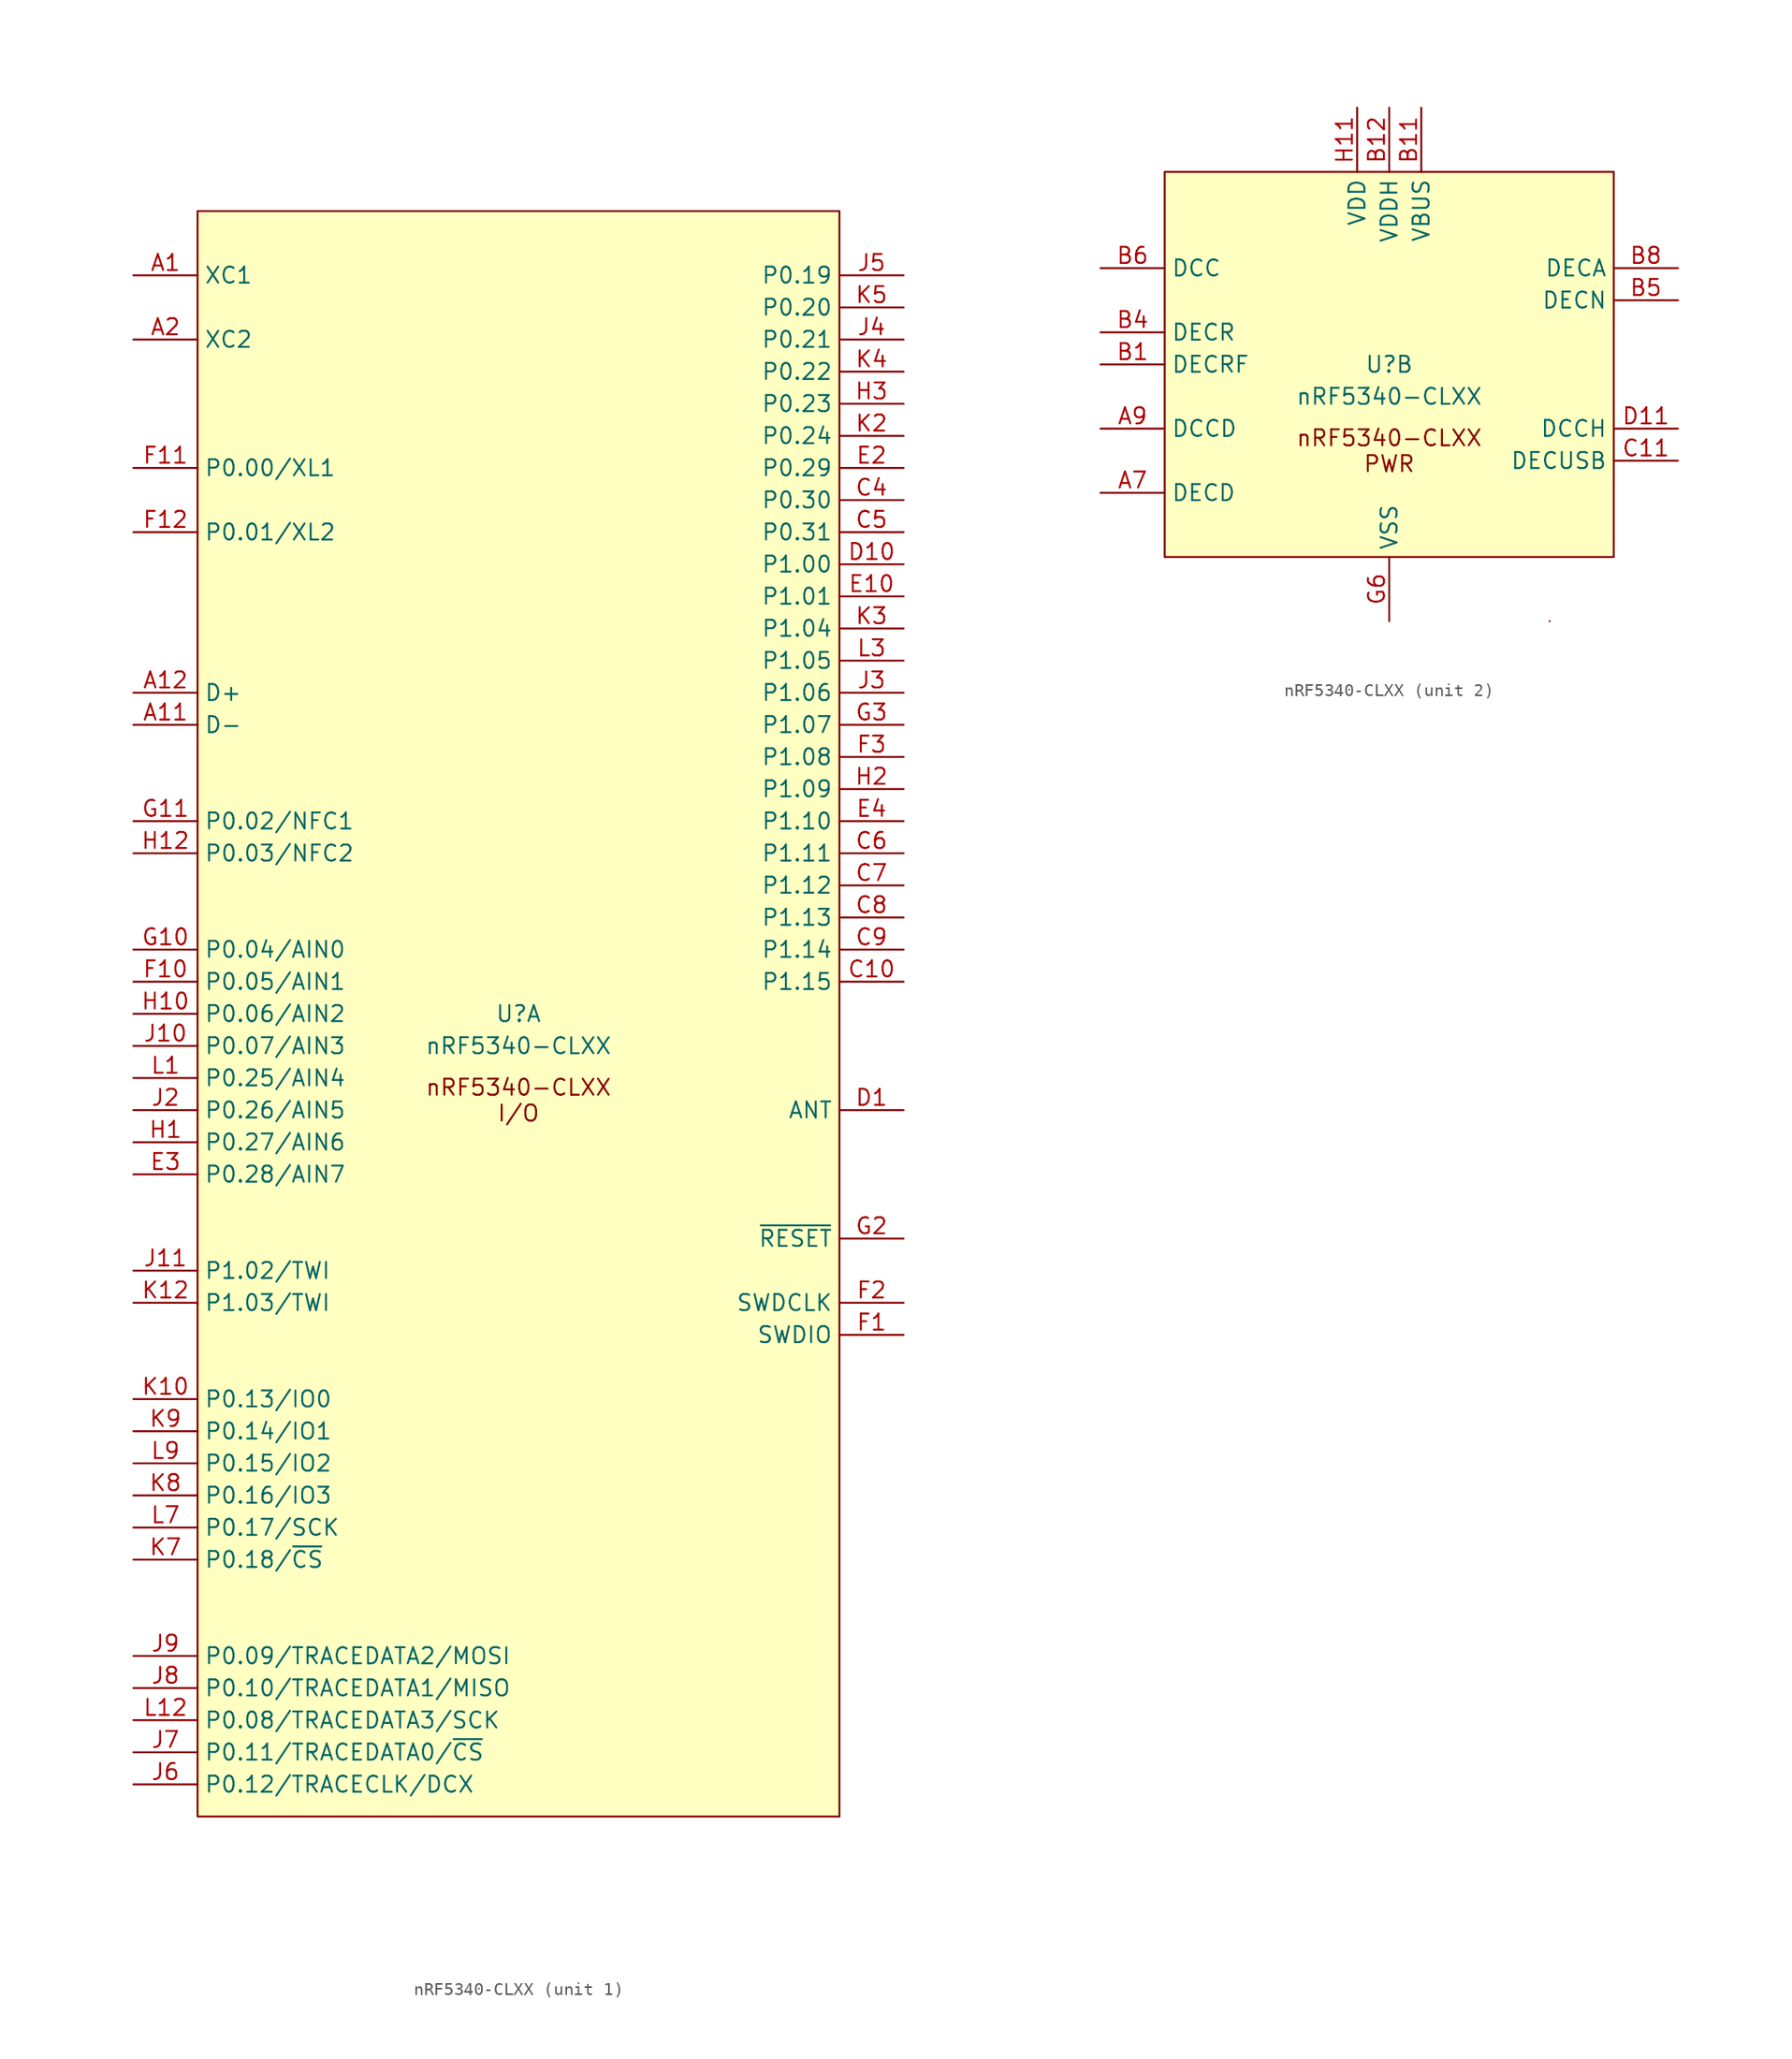
<source format=kicad_sym>
(kicad_symbol_lib
  (version 20241209)
  (generator "kicad_symbol_editor")
  (generator_version "9.0")
  (symbol "nRF5340-CLXX"
    (property "Reference" "U"
      (at 0 0 0)
      (do_not_autoplace)
      (effects (font (size 1.27 1.27))))
    (property "Value" "nRF5340-CLXX"
      (at 0 -2.54 0)
      (do_not_autoplace)
      (effects (font (size 1.27 1.27))))
    (property "ki_locked" ""
      (at 0 0 0)
      (effects (font (size 1.27 1.27))))
    (symbol "nRF5340-CLXX_1_0"
      (pin bidirectional line (at -30.48 58.42 0) (length 5.08) (name "XC1" (effects (font (size 1.27 1.27)))) (number "A1" (effects (font (size 1.27 1.27)))))
      (pin bidirectional line (at -30.48 53.34 0) (length 5.08) (name "XC2" (effects (font (size 1.27 1.27)))) (number "A2" (effects (font (size 1.27 1.27)))))
      (pin bidirectional line (at -30.48 43.18 0) (length 5.08) (name "P0.00/XL1" (effects (font (size 1.27 1.27)))) (number "F11" (effects (font (size 1.27 1.27)))))
      (pin bidirectional line (at -30.48 38.1 0) (length 5.08) (name "P0.01/XL2" (effects (font (size 1.27 1.27)))) (number "F12" (effects (font (size 1.27 1.27)))))
      (pin bidirectional line (at -30.48 25.4 0) (length 5.08) (name "D+" (effects (font (size 1.27 1.27)))) (number "A12" (effects (font (size 1.27 1.27)))))
      (pin bidirectional line (at -30.48 22.86 0) (length 5.08) (name "D-" (effects (font (size 1.27 1.27)))) (number "A11" (effects (font (size 1.27 1.27)))))
      (pin bidirectional line (at -30.48 15.24 0) (length 5.08) (name "P0.02/NFC1" (effects (font (size 1.27 1.27)))) (number "G11" (effects (font (size 1.27 1.27)))))
      (pin bidirectional line (at -30.48 12.7 0) (length 5.08) (name "P0.03/NFC2" (effects (font (size 1.27 1.27)))) (number "H12" (effects (font (size 1.27 1.27)))))
      (pin bidirectional line (at -30.48 5.08 0) (length 5.08) (name "P0.04/AIN0" (effects (font (size 1.27 1.27)))) (number "G10" (effects (font (size 1.27 1.27)))))
      (pin bidirectional line (at -30.48 2.54 0) (length 5.08) (name "P0.05/AIN1" (effects (font (size 1.27 1.27)))) (number "F10" (effects (font (size 1.27 1.27)))))
      (pin bidirectional line (at -30.48 0 0) (length 5.08) (name "P0.06/AIN2" (effects (font (size 1.27 1.27)))) (number "H10" (effects (font (size 1.27 1.27)))))
      (pin bidirectional line (at -30.48 -2.54 0) (length 5.08) (name "P0.07/AIN3" (effects (font (size 1.27 1.27)))) (number "J10" (effects (font (size 1.27 1.27)))))
      (pin bidirectional line (at -30.48 -5.08 0) (length 5.08) (name "P0.25/AIN4" (effects (font (size 1.27 1.27)))) (number "L1" (effects (font (size 1.27 1.27)))))
      (pin bidirectional line (at -30.48 -7.62 0) (length 5.08) (name "P0.26/AIN5" (effects (font (size 1.27 1.27)))) (number "J2" (effects (font (size 1.27 1.27)))))
      (pin bidirectional line (at -30.48 -10.16 0) (length 5.08) (name "P0.27/AIN6" (effects (font (size 1.27 1.27)))) (number "H1" (effects (font (size 1.27 1.27)))))
      (pin bidirectional line (at -30.48 -12.7 0) (length 5.08) (name "P0.28/AIN7" (effects (font (size 1.27 1.27)))) (number "E3" (effects (font (size 1.27 1.27)))))
      (pin bidirectional line (at -30.48 -20.32 0) (length 5.08) (name "P1.02/TWI" (effects (font (size 1.27 1.27)))) (number "J11" (effects (font (size 1.27 1.27)))))
      (pin bidirectional line (at -30.48 -22.86 0) (length 5.08) (name "P1.03/TWI" (effects (font (size 1.27 1.27)))) (number "K12" (effects (font (size 1.27 1.27)))))
      (pin bidirectional line (at -30.48 -30.48 0) (length 5.08) (name "P0.13/IO0" (effects (font (size 1.27 1.27)))) (number "K10" (effects (font (size 1.27 1.27)))))
      (pin bidirectional line (at -30.48 -33.02 0) (length 5.08) (name "P0.14/IO1" (effects (font (size 1.27 1.27)))) (number "K9" (effects (font (size 1.27 1.27)))))
      (pin bidirectional line (at -30.48 -35.56 0) (length 5.08) (name "P0.15/IO2" (effects (font (size 1.27 1.27)))) (number "L9" (effects (font (size 1.27 1.27)))))
      (pin bidirectional line (at -30.48 -38.1 0) (length 5.08) (name "P0.16/IO3" (effects (font (size 1.27 1.27)))) (number "K8" (effects (font (size 1.27 1.27)))))
      (pin bidirectional line (at -30.48 -40.64 0) (length 5.08) (name "P0.17/SCK" (effects (font (size 1.27 1.27)))) (number "L7" (effects (font (size 1.27 1.27)))))
      (pin bidirectional line (at -30.48 -43.18 0) (length 5.08) (name "P0.18/~{CS}" (effects (font (size 1.27 1.27)))) (number "K7" (effects (font (size 1.27 1.27)))))
      (pin bidirectional line (at -30.48 -50.8 0) (length 5.08) (name "P0.09/TRACEDATA2/MOSI" (effects (font (size 1.27 1.27)))) (number "J9" (effects (font (size 1.27 1.27)))))
      (pin bidirectional line (at -30.48 -53.34 0) (length 5.08) (name "P0.10/TRACEDATA1/MISO" (effects (font (size 1.27 1.27)))) (number "J8" (effects (font (size 1.27 1.27)))))
      (pin bidirectional line (at -30.48 -55.88 0) (length 5.08) (name "P0.08/TRACEDATA3/SCK" (effects (font (size 1.27 1.27)))) (number "L12" (effects (font (size 1.27 1.27)))))
      (pin bidirectional line (at -30.48 -58.42 0) (length 5.08) (name "P0.11/TRACEDATA0/~{CS}" (effects (font (size 1.27 1.27)))) (number "J7" (effects (font (size 1.27 1.27)))))
      (pin bidirectional line (at -30.48 -60.96 0) (length 5.08) (name "P0.12/TRACECLK/DCX" (effects (font (size 1.27 1.27)))) (number "J6" (effects (font (size 1.27 1.27)))))
      (pin bidirectional line (at 30.48 58.42 180) (length 5.08) (name "P0.19" (effects (font (size 1.27 1.27)))) (number "J5" (effects (font (size 1.27 1.27)))))
      (pin bidirectional line (at 30.48 55.88 180) (length 5.08) (name "P0.20" (effects (font (size 1.27 1.27)))) (number "K5" (effects (font (size 1.27 1.27)))))
      (pin bidirectional line (at 30.48 53.34 180) (length 5.08) (name "P0.21" (effects (font (size 1.27 1.27)))) (number "J4" (effects (font (size 1.27 1.27)))))
      (pin bidirectional line (at 30.48 50.8 180) (length 5.08) (name "P0.22" (effects (font (size 1.27 1.27)))) (number "K4" (effects (font (size 1.27 1.27)))))
      (pin bidirectional line (at 30.48 48.26 180) (length 5.08) (name "P0.23" (effects (font (size 1.27 1.27)))) (number "H3" (effects (font (size 1.27 1.27)))))
      (pin bidirectional line (at 30.48 45.72 180) (length 5.08) (name "P0.24" (effects (font (size 1.27 1.27)))) (number "K2" (effects (font (size 1.27 1.27)))))
      (pin bidirectional line (at 30.48 43.18 180) (length 5.08) (name "P0.29" (effects (font (size 1.27 1.27)))) (number "E2" (effects (font (size 1.27 1.27)))))
      (pin bidirectional line (at 30.48 40.64 180) (length 5.08) (name "P0.30" (effects (font (size 1.27 1.27)))) (number "C4" (effects (font (size 1.27 1.27)))))
      (pin bidirectional line (at 30.48 38.1 180) (length 5.08) (name "P0.31" (effects (font (size 1.27 1.27)))) (number "C5" (effects (font (size 1.27 1.27)))))
      (pin bidirectional line (at 30.48 35.56 180) (length 5.08) (name "P1.00" (effects (font (size 1.27 1.27)))) (number "D10" (effects (font (size 1.27 1.27)))))
      (pin bidirectional line (at 30.48 33.02 180) (length 5.08) (name "P1.01" (effects (font (size 1.27 1.27)))) (number "E10" (effects (font (size 1.27 1.27)))))
      (pin bidirectional line (at 30.48 30.48 180) (length 5.08) (name "P1.04" (effects (font (size 1.27 1.27)))) (number "K3" (effects (font (size 1.27 1.27)))))
      (pin bidirectional line (at 30.48 27.94 180) (length 5.08) (name "P1.05" (effects (font (size 1.27 1.27)))) (number "L3" (effects (font (size 1.27 1.27)))))
      (pin bidirectional line (at 30.48 25.4 180) (length 5.08) (name "P1.06" (effects (font (size 1.27 1.27)))) (number "J3" (effects (font (size 1.27 1.27)))))
      (pin bidirectional line (at 30.48 22.86 180) (length 5.08) (name "P1.07" (effects (font (size 1.27 1.27)))) (number "G3" (effects (font (size 1.27 1.27)))))
      (pin bidirectional line (at 30.48 20.32 180) (length 5.08) (name "P1.08" (effects (font (size 1.27 1.27)))) (number "F3" (effects (font (size 1.27 1.27)))))
      (pin bidirectional line (at 30.48 17.78 180) (length 5.08) (name "P1.09" (effects (font (size 1.27 1.27)))) (number "H2" (effects (font (size 1.27 1.27)))))
      (pin bidirectional line (at 30.48 15.24 180) (length 5.08) (name "P1.10" (effects (font (size 1.27 1.27)))) (number "E4" (effects (font (size 1.27 1.27)))))
      (pin bidirectional line (at 30.48 12.7 180) (length 5.08) (name "P1.11" (effects (font (size 1.27 1.27)))) (number "C6" (effects (font (size 1.27 1.27)))))
      (pin bidirectional line (at 30.48 10.16 180) (length 5.08) (name "P1.12" (effects (font (size 1.27 1.27)))) (number "C7" (effects (font (size 1.27 1.27)))))
      (pin bidirectional line (at 30.48 7.62 180) (length 5.08) (name "P1.13" (effects (font (size 1.27 1.27)))) (number "C8" (effects (font (size 1.27 1.27)))))
      (pin bidirectional line (at 30.48 5.08 180) (length 5.08) (name "P1.14" (effects (font (size 1.27 1.27)))) (number "C9" (effects (font (size 1.27 1.27)))))
      (pin bidirectional line (at 30.48 2.54 180) (length 5.08) (name "P1.15" (effects (font (size 1.27 1.27)))) (number "C10" (effects (font (size 1.27 1.27)))))
      (pin bidirectional line (at 30.48 -7.62 180) (length 5.08) (name "ANT" (effects (font (size 1.27 1.27)))) (number "D1" (effects (font (size 1.27 1.27)))))
      (pin input line (at 30.48 -17.78 180) (length 5.08) (name "~{RESET}" (effects (font (size 1.27 1.27)))) (number "G2" (effects (font (size 1.27 1.27)))))
      (pin input line (at 30.48 -22.86 180) (length 5.08) (name "SWDCLK" (effects (font (size 1.27 1.27)))) (number "F2" (effects (font (size 1.27 1.27)))))
      (pin bidirectional line (at 30.48 -25.4 180) (length 5.08) (name "SWDIO" (effects (font (size 1.27 1.27)))) (number "F1" (effects (font (size 1.27 1.27))))))
    (symbol "nRF5340-CLXX_1_1"
      (rectangle (start -25.4 63.5) (end 25.4 -63.5) (stroke (width 0) (type default)) (fill (type background)))
      (rectangle (start 25.4 -63.5) (end 25.4 -63.5) (stroke (width 0) (type default)) (fill (type none)))
      (text "nRF5340-CLXX\nI/O" (at 0 -5.08 0) (effects (font (size 1.27 1.27)) (justify top))))
    (symbol "nRF5340-CLXX_2_0"
      (pin passive line (at -22.86 7.62 0) (length 5.08) (name "DCC" (effects (font (size 1.27 1.27)))) (number "B6" (effects (font (size 1.27 1.27)))))
      (pin passive line (at -22.86 2.54 0) (length 5.08) (name "DECR" (effects (font (size 1.27 1.27)))) (number "B4" (effects (font (size 1.27 1.27)))))
      (pin passive line (at -22.86 0 0) (length 5.08) (name "DECRF" (effects (font (size 1.27 1.27)))) (number "B1" (effects (font (size 1.27 1.27)))))
      (pin passive line (at -22.86 -5.08 0) (length 5.08) (name "DCCD" (effects (font (size 1.27 1.27)))) (number "A9" (effects (font (size 1.27 1.27)))))
      (pin passive line (at -22.86 -10.16 0) (length 5.08) (name "DECD" (effects (font (size 1.27 1.27)))) (number "A7" (effects (font (size 1.27 1.27)))))
      (pin passive line (at -2.54 20.32 270) (length 5.08) (hide yes) (name "VDD" (effects (font (size 1.27 1.27)))) (number "B10" (effects (font (size 1.27 1.27)))))
      (pin passive line (at -2.54 20.32 270) (length 5.08) (hide yes) (name "VDD" (effects (font (size 1.27 1.27)))) (number "B7" (effects (font (size 1.27 1.27)))))
      (pin passive line (at -2.54 20.32 270) (length 5.08) (hide yes) (name "VDD" (effects (font (size 1.27 1.27)))) (number "D2" (effects (font (size 1.27 1.27)))))
      (pin passive line (at -2.54 20.32 270) (length 5.08) (hide yes) (name "VDD" (effects (font (size 1.27 1.27)))) (number "E11" (effects (font (size 1.27 1.27)))))
      (pin power_in line (at -2.54 20.32 270) (length 5.08) (name "VDD" (effects (font (size 1.27 1.27)))) (number "H11" (effects (font (size 1.27 1.27)))))
      (pin passive line (at -2.54 20.32 270) (length 5.08) (hide yes) (name "VDD" (effects (font (size 1.27 1.27)))) (number "K1" (effects (font (size 1.27 1.27)))))
      (pin passive line (at -2.54 20.32 270) (length 5.08) (hide yes) (name "VDD" (effects (font (size 1.27 1.27)))) (number "L11" (effects (font (size 1.27 1.27)))))
      (pin passive line (at -2.54 20.32 270) (length 5.08) (hide yes) (name "VDD" (effects (font (size 1.27 1.27)))) (number "L5" (effects (font (size 1.27 1.27)))))
      (pin power_in line (at 0 20.32 270) (length 5.08) (name "VDDH" (effects (font (size 1.27 1.27)))) (number "B12" (effects (font (size 1.27 1.27)))))
      (pin passive line (at 0 -20.32 90) (length 5.08) (hide yes) (name "VSS" (effects (font (size 1.27 1.27)))) (number "A5" (effects (font (size 1.27 1.27)))))
      (pin passive line (at 0 -20.32 90) (length 5.08) (hide yes) (name "VSS" (effects (font (size 1.27 1.27)))) (number "B2" (effects (font (size 1.27 1.27)))))
      (pin passive line (at 0 -20.32 90) (length 5.08) (hide yes) (name "VSS" (effects (font (size 1.27 1.27)))) (number "B9" (effects (font (size 1.27 1.27)))))
      (pin passive line (at 0 -20.32 90) (length 5.08) (hide yes) (name "VSS" (effects (font (size 1.27 1.27)))) (number "C2" (effects (font (size 1.27 1.27)))))
      (pin passive line (at 0 -20.32 90) (length 5.08) (hide yes) (name "VSS" (effects (font (size 1.27 1.27)))) (number "D12" (effects (font (size 1.27 1.27)))))
      (pin passive line (at 0 -20.32 90) (length 5.08) (hide yes) (name "VSS" (effects (font (size 1.27 1.27)))) (number "E5" (effects (font (size 1.27 1.27)))))
      (pin passive line (at 0 -20.32 90) (length 5.08) (hide yes) (name "VSS" (effects (font (size 1.27 1.27)))) (number "E6" (effects (font (size 1.27 1.27)))))
      (pin passive line (at 0 -20.32 90) (length 5.08) (hide yes) (name "VSS" (effects (font (size 1.27 1.27)))) (number "E7" (effects (font (size 1.27 1.27)))))
      (pin passive line (at 0 -20.32 90) (length 5.08) (hide yes) (name "VSS" (effects (font (size 1.27 1.27)))) (number "E8" (effects (font (size 1.27 1.27)))))
      (pin passive line (at 0 -20.32 90) (length 5.08) (hide yes) (name "VSS" (effects (font (size 1.27 1.27)))) (number "F5" (effects (font (size 1.27 1.27)))))
      (pin passive line (at 0 -20.32 90) (length 5.08) (hide yes) (name "VSS" (effects (font (size 1.27 1.27)))) (number "F6" (effects (font (size 1.27 1.27)))))
      (pin passive line (at 0 -20.32 90) (length 5.08) (hide yes) (name "VSS" (effects (font (size 1.27 1.27)))) (number "F7" (effects (font (size 1.27 1.27)))))
      (pin passive line (at 0 -20.32 90) (length 5.08) (hide yes) (name "VSS" (effects (font (size 1.27 1.27)))) (number "F8" (effects (font (size 1.27 1.27)))))
      (pin passive line (at 0 -20.32 90) (length 5.08) (hide yes) (name "AVSS" (effects (font (size 1.27 1.27)))) (number "G5" (effects (font (size 1.27 1.27)))))
      (pin power_in line (at 0 -20.32 90) (length 5.08) (name "VSS" (effects (font (size 1.27 1.27)))) (number "G6" (effects (font (size 1.27 1.27)))))
      (pin passive line (at 0 -20.32 90) (length 5.08) (hide yes) (name "VSS" (effects (font (size 1.27 1.27)))) (number "G7" (effects (font (size 1.27 1.27)))))
      (pin passive line (at 0 -20.32 90) (length 5.08) (hide yes) (name "VSS" (effects (font (size 1.27 1.27)))) (number "G8" (effects (font (size 1.27 1.27)))))
      (pin passive line (at 0 -20.32 90) (length 5.08) (hide yes) (name "AVSS" (effects (font (size 1.27 1.27)))) (number "K11" (effects (font (size 1.27 1.27)))))
      (pin passive line (at 0 -20.32 90) (length 5.08) (hide yes) (name "AVSS" (effects (font (size 1.27 1.27)))) (number "K6" (effects (font (size 1.27 1.27)))))
      (pin power_in line (at 2.54 20.32 270) (length 5.08) (name "VBUS" (effects (font (size 1.27 1.27)))) (number "B11" (effects (font (size 1.27 1.27)))))
      (pin passive line (at 22.86 7.62 180) (length 5.08) (name "DECA" (effects (font (size 1.27 1.27)))) (number "B8" (effects (font (size 1.27 1.27)))))
      (pin passive line (at 22.86 5.08 180) (length 5.08) (name "DECN" (effects (font (size 1.27 1.27)))) (number "B5" (effects (font (size 1.27 1.27)))))
      (pin passive line (at 22.86 -5.08 180) (length 5.08) (name "DCCH" (effects (font (size 1.27 1.27)))) (number "D11" (effects (font (size 1.27 1.27)))))
      (pin passive line (at 22.86 -7.62 180) (length 5.08) (name "DECUSB" (effects (font (size 1.27 1.27)))) (number "C11" (effects (font (size 1.27 1.27))))))
    (symbol "nRF5340-CLXX_2_1"
      (rectangle (start -17.78 15.24) (end 17.78 -15.24) (stroke (width 0) (type default)) (fill (type background)))
      (rectangle (start 12.7 -20.32) (end 12.7 -20.32) (stroke (width 0) (type default)) (fill (type none)))
      (text "nRF5340-CLXX\nPWR" (at 0 -5.08 0) (effects (font (size 1.27 1.27)) (justify top)))
      (pin passive line (at -2.54 20.32 270) (length 5.08) (hide yes) (name "VDD" (effects (font (size 1.27 1.27)))) (number "A3" (effects (font (size 1.27 1.27))))))))
</source>
